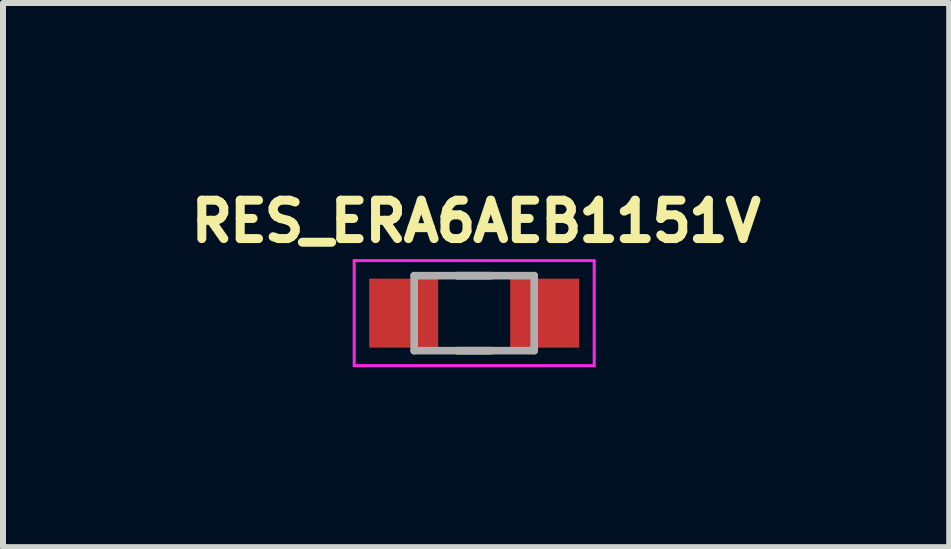
<source format=kicad_pcb>
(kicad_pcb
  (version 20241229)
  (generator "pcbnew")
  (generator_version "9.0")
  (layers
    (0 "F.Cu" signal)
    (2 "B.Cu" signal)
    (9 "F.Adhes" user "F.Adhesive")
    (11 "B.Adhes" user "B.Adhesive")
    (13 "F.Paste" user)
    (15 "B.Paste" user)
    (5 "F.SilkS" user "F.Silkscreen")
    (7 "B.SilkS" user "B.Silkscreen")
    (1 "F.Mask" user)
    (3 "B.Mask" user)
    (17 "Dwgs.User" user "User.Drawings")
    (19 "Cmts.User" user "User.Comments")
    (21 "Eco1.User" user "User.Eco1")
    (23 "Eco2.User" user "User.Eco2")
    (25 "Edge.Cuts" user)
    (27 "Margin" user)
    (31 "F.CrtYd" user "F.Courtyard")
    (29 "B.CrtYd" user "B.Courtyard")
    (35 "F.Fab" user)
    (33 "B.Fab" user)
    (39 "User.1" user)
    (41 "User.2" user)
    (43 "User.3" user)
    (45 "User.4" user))
  (footprint "RES_ERA6AEB1151V"
    (layer "F.Cu")
    (at 4.853 2.169)
    (property "Reference" "RES_ERA6AEB1151V" (at 0.032 -1.531 0) (layer "F.SilkS") (effects (font (size 0.64 0.64) (thickness 0.15))))
    (attr smd)
    (fp_line (start -0.28 -0.625) (end 0.28 -0.625) (stroke (width 0.127) (type solid)) (layer "F.SilkS"))
    (fp_line (start -0.28 0.625) (end 0.28 0.625) (stroke (width 0.127) (type solid)) (layer "F.SilkS"))
    (fp_line (start -2 -0.875) (end -2 0.875) (stroke (width 0.05) (type solid)) (layer "F.CrtYd"))
    (fp_line (start -2 0.875) (end 2 0.875) (stroke (width 0.05) (type solid)) (layer "F.CrtYd"))
    (fp_line (start 2 -0.875) (end -2 -0.875) (stroke (width 0.05) (type solid)) (layer "F.CrtYd"))
    (fp_line (start 2 0.875) (end 2 -0.875) (stroke (width 0.05) (type solid)) (layer "F.CrtYd"))
    (fp_line (start -1 -0.625) (end -1 0.625) (stroke (width 0.127) (type solid)) (layer "F.Fab"))
    (fp_line (start -1 -0.625) (end 1 -0.625) (stroke (width 0.127) (type solid)) (layer "F.Fab"))
    (fp_line (start -1 0.625) (end 1 0.625) (stroke (width 0.127) (type solid)) (layer "F.Fab"))
    (fp_line (start 1 -0.625) (end 1 0.625) (stroke (width 0.127) (type solid)) (layer "F.Fab"))
    (pad "1" smd rect (at -1.175 0) (size 1.15 1.15) (layers "F.Cu" "F.Mask" "F.Paste"))
    (pad "2" smd rect (at 1.175 0) (size 1.15 1.15) (layers "F.Cu" "F.Mask" "F.Paste")))
  (gr_rect
    (start -3 -3)
    (end 12.77 6.069)
    (stroke (width 0.1) (type default))
    (fill no)
    (layer "Edge.Cuts")))
</source>
